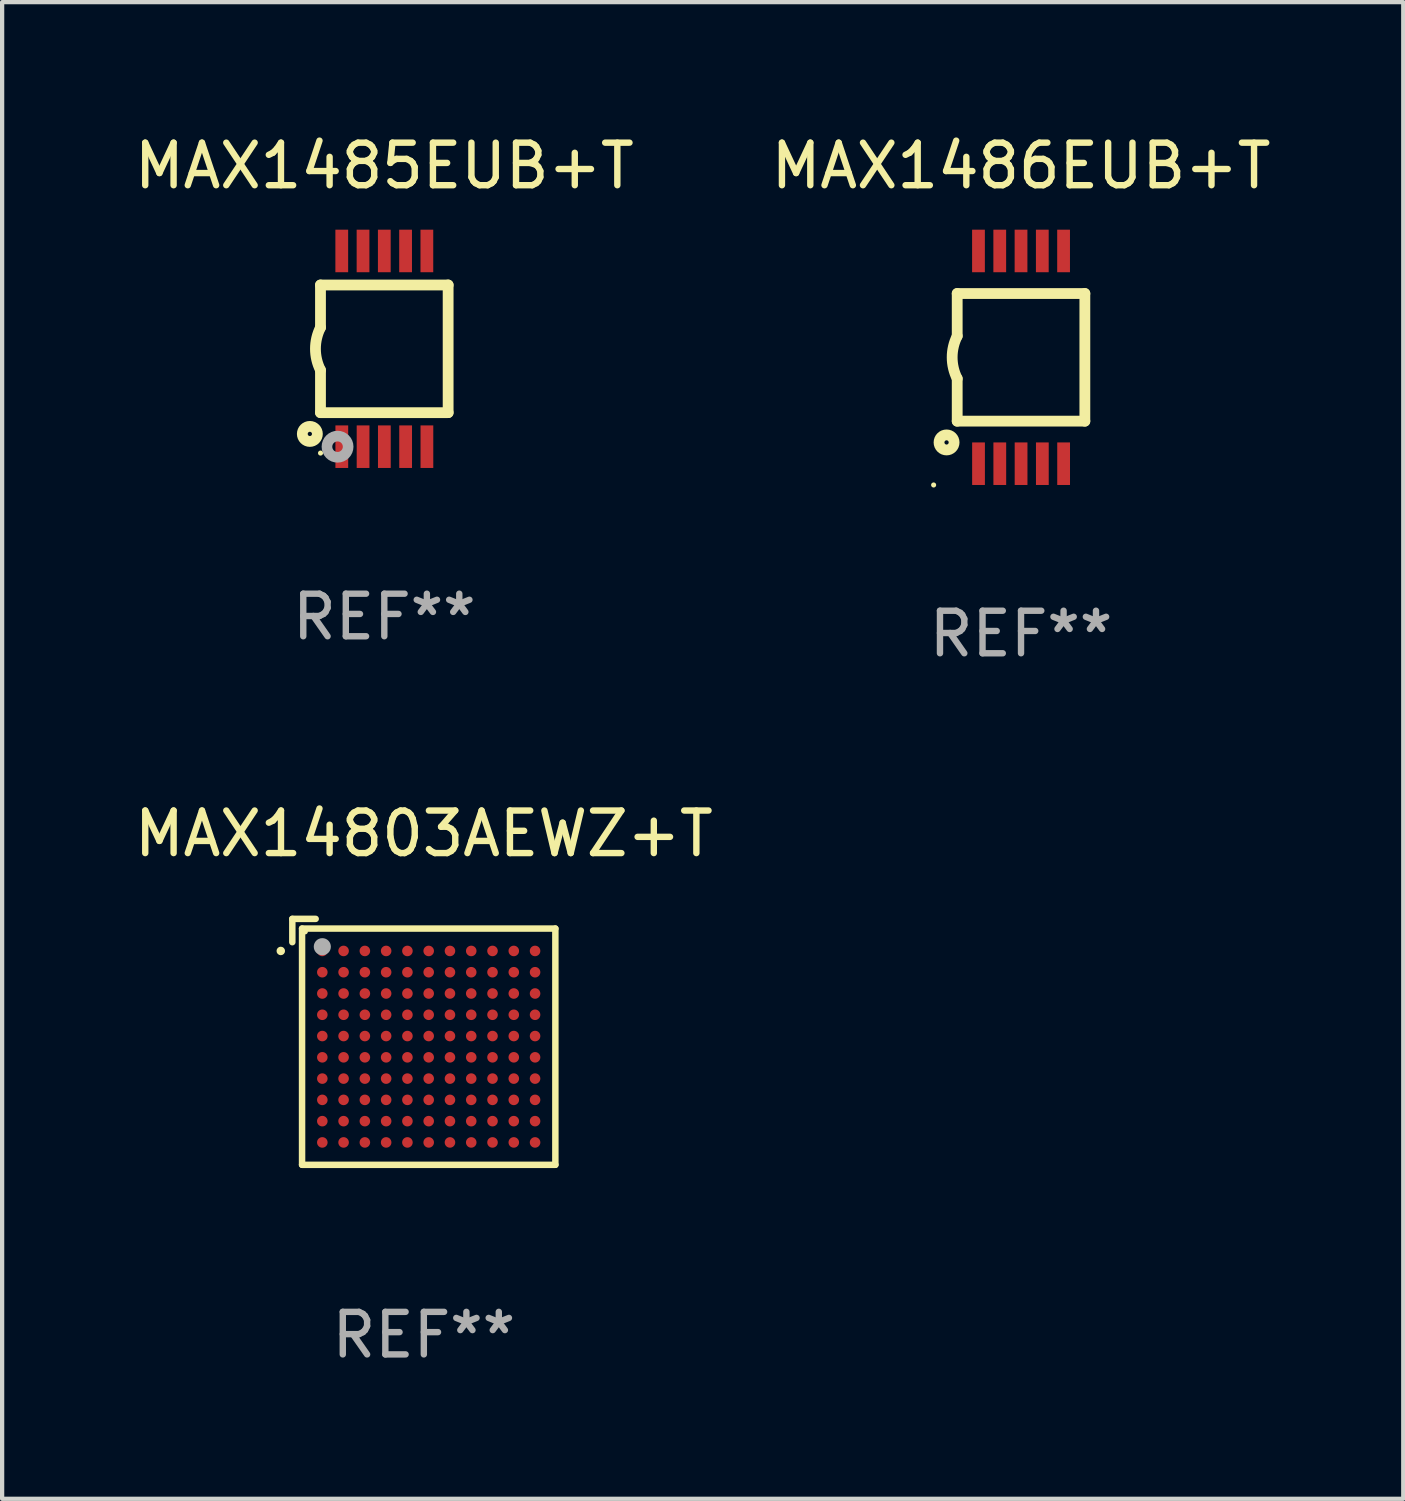
<source format=kicad_pcb>
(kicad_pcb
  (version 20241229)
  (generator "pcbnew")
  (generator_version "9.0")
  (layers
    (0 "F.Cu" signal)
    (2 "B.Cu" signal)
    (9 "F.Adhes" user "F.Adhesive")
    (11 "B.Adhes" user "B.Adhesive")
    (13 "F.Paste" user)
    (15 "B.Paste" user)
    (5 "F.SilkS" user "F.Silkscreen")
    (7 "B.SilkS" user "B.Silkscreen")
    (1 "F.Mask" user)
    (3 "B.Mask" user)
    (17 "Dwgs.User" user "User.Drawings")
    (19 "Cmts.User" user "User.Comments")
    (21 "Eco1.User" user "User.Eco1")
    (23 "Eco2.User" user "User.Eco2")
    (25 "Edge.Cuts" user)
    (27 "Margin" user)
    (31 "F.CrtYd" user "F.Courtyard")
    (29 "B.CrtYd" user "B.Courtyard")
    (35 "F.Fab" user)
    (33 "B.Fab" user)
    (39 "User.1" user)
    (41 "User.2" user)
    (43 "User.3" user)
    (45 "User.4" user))
  (footprint "MAX14803AEWZ+T"
    (layer "F.Cu")
    (at 6.911 21.435)
    (property "Reference" "MAX14803AEWZ+T" (at 0 -4.891 0) (layer "F.SilkS") (effects (font (size 1 1) (thickness 0.15))))
    (attr through_hole)
    (fp_line (start -3.091 -2.89) (end -2.542 -2.89) (stroke (width 0.152) (type solid)) (layer "F.SilkS"))
    (fp_line (start -3.091 -2.342) (end -3.091 -2.89) (stroke (width 0.152) (type solid)) (layer "F.SilkS"))
    (fp_line (start -2.862 -2.662) (end 3.091 -2.662) (stroke (width 0.152) (type solid)) (layer "F.SilkS"))
    (fp_line (start -2.862 2.89) (end -2.862 -2.662) (stroke (width 0.152) (type solid)) (layer "F.SilkS"))
    (fp_line (start 3.091 -2.662) (end 3.091 2.89) (stroke (width 0.152) (type solid)) (layer "F.SilkS"))
    (fp_line (start 3.091 2.89) (end -2.862 2.89) (stroke (width 0.152) (type solid)) (layer "F.SilkS"))
    (fp_circle (center -3.362 -2.136) (end -3.312 -2.136) (stroke (width 0.1) (type solid)) (fill no) (layer "F.SilkS"))
    (fp_circle (center -2.786 -2.586) (end -2.756 -2.586) (stroke (width 0.06) (type solid)) (fill no) (layer "F.SilkS"))
    (fp_circle (center -2.386 -2.236) (end -2.285 -2.236) (stroke (width 0.2) (type solid)) (fill no) (layer "F.Fab"))
    (fp_text user "REF**" (at 0 6.891 0) (layer "F.Fab") (effects (font (size 1 1) (thickness 0.15))))
    (pad "A1" smd circle (at -2.386 -2.136) (size 0.248 0.248) (layers "F.Cu" "F.Mask" "F.Paste"))
    (pad "A2" smd circle (at -1.886 -2.136) (size 0.248 0.248) (layers "F.Cu" "F.Mask" "F.Paste"))
    (pad "A3" smd circle (at -1.386 -2.136) (size 0.248 0.248) (layers "F.Cu" "F.Mask" "F.Paste"))
    (pad "A4" smd circle (at -0.886 -2.136) (size 0.248 0.248) (layers "F.Cu" "F.Mask" "F.Paste"))
    (pad "A5" smd circle (at -0.386 -2.136) (size 0.248 0.248) (layers "F.Cu" "F.Mask" "F.Paste"))
    (pad "A6" smd circle (at 0.114 -2.136) (size 0.248 0.248) (layers "F.Cu" "F.Mask" "F.Paste"))
    (pad "A7" smd circle (at 0.614 -2.136) (size 0.248 0.248) (layers "F.Cu" "F.Mask" "F.Paste"))
    (pad "A8" smd circle (at 1.114 -2.136) (size 0.248 0.248) (layers "F.Cu" "F.Mask" "F.Paste"))
    (pad "A9" smd circle (at 1.614 -2.136) (size 0.248 0.248) (layers "F.Cu" "F.Mask" "F.Paste"))
    (pad "A10" smd circle (at 2.114 -2.136) (size 0.248 0.248) (layers "F.Cu" "F.Mask" "F.Paste"))
    (pad "A11" smd circle (at 2.614 -2.136) (size 0.248 0.248) (layers "F.Cu" "F.Mask" "F.Paste"))
    (pad "B1" smd circle (at -2.386 -1.636) (size 0.248 0.248) (layers "F.Cu" "F.Mask" "F.Paste"))
    (pad "B2" smd circle (at -1.886 -1.636) (size 0.248 0.248) (layers "F.Cu" "F.Mask" "F.Paste"))
    (pad "B3" smd circle (at -1.386 -1.636) (size 0.248 0.248) (layers "F.Cu" "F.Mask" "F.Paste"))
    (pad "B4" smd circle (at -0.886 -1.636) (size 0.248 0.248) (layers "F.Cu" "F.Mask" "F.Paste"))
    (pad "B5" smd circle (at -0.386 -1.636) (size 0.248 0.248) (layers "F.Cu" "F.Mask" "F.Paste"))
    (pad "B6" smd circle (at 0.114 -1.636) (size 0.248 0.248) (layers "F.Cu" "F.Mask" "F.Paste"))
    (pad "B7" smd circle (at 0.614 -1.636) (size 0.248 0.248) (layers "F.Cu" "F.Mask" "F.Paste"))
    (pad "B8" smd circle (at 1.114 -1.636) (size 0.248 0.248) (layers "F.Cu" "F.Mask" "F.Paste"))
    (pad "B9" smd circle (at 1.614 -1.636) (size 0.248 0.248) (layers "F.Cu" "F.Mask" "F.Paste"))
    (pad "B10" smd circle (at 2.114 -1.636) (size 0.248 0.248) (layers "F.Cu" "F.Mask" "F.Paste"))
    (pad "B11" smd circle (at 2.614 -1.636) (size 0.248 0.248) (layers "F.Cu" "F.Mask" "F.Paste"))
    (pad "C1" smd circle (at -2.386 -1.136) (size 0.248 0.248) (layers "F.Cu" "F.Mask" "F.Paste"))
    (pad "C2" smd circle (at -1.886 -1.136) (size 0.248 0.248) (layers "F.Cu" "F.Mask" "F.Paste"))
    (pad "C3" smd circle (at -1.386 -1.136) (size 0.248 0.248) (layers "F.Cu" "F.Mask" "F.Paste"))
    (pad "C4" smd circle (at -0.886 -1.136) (size 0.248 0.248) (layers "F.Cu" "F.Mask" "F.Paste"))
    (pad "C5" smd circle (at -0.386 -1.136) (size 0.248 0.248) (layers "F.Cu" "F.Mask" "F.Paste"))
    (pad "C6" smd circle (at 0.114 -1.136) (size 0.248 0.248) (layers "F.Cu" "F.Mask" "F.Paste"))
    (pad "C7" smd circle (at 0.614 -1.136) (size 0.248 0.248) (layers "F.Cu" "F.Mask" "F.Paste"))
    (pad "C8" smd circle (at 1.114 -1.136) (size 0.248 0.248) (layers "F.Cu" "F.Mask" "F.Paste"))
    (pad "C9" smd circle (at 1.614 -1.136) (size 0.248 0.248) (layers "F.Cu" "F.Mask" "F.Paste"))
    (pad "C10" smd circle (at 2.114 -1.136) (size 0.248 0.248) (layers "F.Cu" "F.Mask" "F.Paste"))
    (pad "C11" smd circle (at 2.614 -1.136) (size 0.248 0.248) (layers "F.Cu" "F.Mask" "F.Paste"))
    (pad "D1" smd circle (at -2.386 -0.636) (size 0.248 0.248) (layers "F.Cu" "F.Mask" "F.Paste"))
    (pad "D2" smd circle (at -1.886 -0.636) (size 0.248 0.248) (layers "F.Cu" "F.Mask" "F.Paste"))
    (pad "D3" smd circle (at -1.386 -0.636) (size 0.248 0.248) (layers "F.Cu" "F.Mask" "F.Paste"))
    (pad "D4" smd circle (at -0.886 -0.636) (size 0.248 0.248) (layers "F.Cu" "F.Mask" "F.Paste"))
    (pad "D5" smd circle (at -0.386 -0.636) (size 0.248 0.248) (layers "F.Cu" "F.Mask" "F.Paste"))
    (pad "D6" smd circle (at 0.114 -0.636) (size 0.248 0.248) (layers "F.Cu" "F.Mask" "F.Paste"))
    (pad "D7" smd circle (at 0.614 -0.636) (size 0.248 0.248) (layers "F.Cu" "F.Mask" "F.Paste"))
    (pad "D8" smd circle (at 1.114 -0.636) (size 0.248 0.248) (layers "F.Cu" "F.Mask" "F.Paste"))
    (pad "D9" smd circle (at 1.614 -0.636) (size 0.248 0.248) (layers "F.Cu" "F.Mask" "F.Paste"))
    (pad "D10" smd circle (at 2.114 -0.636) (size 0.248 0.248) (layers "F.Cu" "F.Mask" "F.Paste"))
    (pad "D11" smd circle (at 2.614 -0.636) (size 0.248 0.248) (layers "F.Cu" "F.Mask" "F.Paste"))
    (pad "E1" smd circle (at -2.386 -0.136) (size 0.248 0.248) (layers "F.Cu" "F.Mask" "F.Paste"))
    (pad "E2" smd circle (at -1.886 -0.136) (size 0.248 0.248) (layers "F.Cu" "F.Mask" "F.Paste"))
    (pad "E3" smd circle (at -1.386 -0.136) (size 0.248 0.248) (layers "F.Cu" "F.Mask" "F.Paste"))
    (pad "E4" smd circle (at -0.886 -0.136) (size 0.248 0.248) (layers "F.Cu" "F.Mask" "F.Paste"))
    (pad "E5" smd circle (at -0.386 -0.136) (size 0.248 0.248) (layers "F.Cu" "F.Mask" "F.Paste"))
    (pad "E6" smd circle (at 0.114 -0.136) (size 0.248 0.248) (layers "F.Cu" "F.Mask" "F.Paste"))
    (pad "E7" smd circle (at 0.614 -0.136) (size 0.248 0.248) (layers "F.Cu" "F.Mask" "F.Paste"))
    (pad "E8" smd circle (at 1.114 -0.136) (size 0.248 0.248) (layers "F.Cu" "F.Mask" "F.Paste"))
    (pad "E9" smd circle (at 1.614 -0.136) (size 0.248 0.248) (layers "F.Cu" "F.Mask" "F.Paste"))
    (pad "E10" smd circle (at 2.114 -0.136) (size 0.248 0.248) (layers "F.Cu" "F.Mask" "F.Paste"))
    (pad "E11" smd circle (at 2.614 -0.136) (size 0.248 0.248) (layers "F.Cu" "F.Mask" "F.Paste"))
    (pad "F1" smd circle (at -2.386 0.364) (size 0.248 0.248) (layers "F.Cu" "F.Mask" "F.Paste"))
    (pad "F2" smd circle (at -1.886 0.364) (size 0.248 0.248) (layers "F.Cu" "F.Mask" "F.Paste"))
    (pad "F3" smd circle (at -1.386 0.364) (size 0.248 0.248) (layers "F.Cu" "F.Mask" "F.Paste"))
    (pad "F4" smd circle (at -0.886 0.364) (size 0.248 0.248) (layers "F.Cu" "F.Mask" "F.Paste"))
    (pad "F5" smd circle (at -0.386 0.364) (size 0.248 0.248) (layers "F.Cu" "F.Mask" "F.Paste"))
    (pad "F6" smd circle (at 0.114 0.364) (size 0.248 0.248) (layers "F.Cu" "F.Mask" "F.Paste"))
    (pad "F7" smd circle (at 0.614 0.364) (size 0.248 0.248) (layers "F.Cu" "F.Mask" "F.Paste"))
    (pad "F8" smd circle (at 1.114 0.364) (size 0.248 0.248) (layers "F.Cu" "F.Mask" "F.Paste"))
    (pad "F9" smd circle (at 1.614 0.364) (size 0.248 0.248) (layers "F.Cu" "F.Mask" "F.Paste"))
    (pad "F10" smd circle (at 2.114 0.364) (size 0.248 0.248) (layers "F.Cu" "F.Mask" "F.Paste"))
    (pad "F11" smd circle (at 2.614 0.364) (size 0.248 0.248) (layers "F.Cu" "F.Mask" "F.Paste"))
    (pad "G1" smd circle (at -2.386 0.864) (size 0.248 0.248) (layers "F.Cu" "F.Mask" "F.Paste"))
    (pad "G2" smd circle (at -1.886 0.864) (size 0.248 0.248) (layers "F.Cu" "F.Mask" "F.Paste"))
    (pad "G3" smd circle (at -1.386 0.864) (size 0.248 0.248) (layers "F.Cu" "F.Mask" "F.Paste"))
    (pad "G4" smd circle (at -0.886 0.864) (size 0.248 0.248) (layers "F.Cu" "F.Mask" "F.Paste"))
    (pad "G5" smd circle (at -0.386 0.864) (size 0.248 0.248) (layers "F.Cu" "F.Mask" "F.Paste"))
    (pad "G6" smd circle (at 0.114 0.864) (size 0.248 0.248) (layers "F.Cu" "F.Mask" "F.Paste"))
    (pad "G7" smd circle (at 0.614 0.864) (size 0.248 0.248) (layers "F.Cu" "F.Mask" "F.Paste"))
    (pad "G8" smd circle (at 1.114 0.864) (size 0.248 0.248) (layers "F.Cu" "F.Mask" "F.Paste"))
    (pad "G9" smd circle (at 1.614 0.864) (size 0.248 0.248) (layers "F.Cu" "F.Mask" "F.Paste"))
    (pad "G10" smd circle (at 2.114 0.864) (size 0.248 0.248) (layers "F.Cu" "F.Mask" "F.Paste"))
    (pad "G11" smd circle (at 2.614 0.864) (size 0.248 0.248) (layers "F.Cu" "F.Mask" "F.Paste"))
    (pad "H1" smd circle (at -2.386 1.364) (size 0.248 0.248) (layers "F.Cu" "F.Mask" "F.Paste"))
    (pad "H2" smd circle (at -1.886 1.364) (size 0.248 0.248) (layers "F.Cu" "F.Mask" "F.Paste"))
    (pad "H3" smd circle (at -1.386 1.364) (size 0.248 0.248) (layers "F.Cu" "F.Mask" "F.Paste"))
    (pad "H4" smd circle (at -0.886 1.364) (size 0.248 0.248) (layers "F.Cu" "F.Mask" "F.Paste"))
    (pad "H5" smd circle (at -0.386 1.364) (size 0.248 0.248) (layers "F.Cu" "F.Mask" "F.Paste"))
    (pad "H6" smd circle (at 0.114 1.364) (size 0.248 0.248) (layers "F.Cu" "F.Mask" "F.Paste"))
    (pad "H7" smd circle (at 0.614 1.364) (size 0.248 0.248) (layers "F.Cu" "F.Mask" "F.Paste"))
    (pad "H8" smd circle (at 1.114 1.364) (size 0.248 0.248) (layers "F.Cu" "F.Mask" "F.Paste"))
    (pad "H9" smd circle (at 1.614 1.364) (size 0.248 0.248) (layers "F.Cu" "F.Mask" "F.Paste"))
    (pad "H10" smd circle (at 2.114 1.364) (size 0.248 0.248) (layers "F.Cu" "F.Mask" "F.Paste"))
    (pad "H11" smd circle (at 2.614 1.364) (size 0.248 0.248) (layers "F.Cu" "F.Mask" "F.Paste"))
    (pad "J1" smd circle (at -2.386 1.864) (size 0.248 0.248) (layers "F.Cu" "F.Mask" "F.Paste"))
    (pad "J2" smd circle (at -1.886 1.864) (size 0.248 0.248) (layers "F.Cu" "F.Mask" "F.Paste"))
    (pad "J3" smd circle (at -1.386 1.864) (size 0.248 0.248) (layers "F.Cu" "F.Mask" "F.Paste"))
    (pad "J4" smd circle (at -0.886 1.864) (size 0.248 0.248) (layers "F.Cu" "F.Mask" "F.Paste"))
    (pad "J5" smd circle (at -0.386 1.864) (size 0.248 0.248) (layers "F.Cu" "F.Mask" "F.Paste"))
    (pad "J6" smd circle (at 0.114 1.864) (size 0.248 0.248) (layers "F.Cu" "F.Mask" "F.Paste"))
    (pad "J7" smd circle (at 0.614 1.864) (size 0.248 0.248) (layers "F.Cu" "F.Mask" "F.Paste"))
    (pad "J8" smd circle (at 1.114 1.864) (size 0.248 0.248) (layers "F.Cu" "F.Mask" "F.Paste"))
    (pad "J9" smd circle (at 1.614 1.864) (size 0.248 0.248) (layers "F.Cu" "F.Mask" "F.Paste"))
    (pad "J10" smd circle (at 2.114 1.864) (size 0.248 0.248) (layers "F.Cu" "F.Mask" "F.Paste"))
    (pad "J11" smd circle (at 2.614 1.864) (size 0.248 0.248) (layers "F.Cu" "F.Mask" "F.Paste"))
    (pad "K1" smd circle (at -2.386 2.364) (size 0.248 0.248) (layers "F.Cu" "F.Mask" "F.Paste"))
    (pad "K2" smd circle (at -1.886 2.364) (size 0.248 0.248) (layers "F.Cu" "F.Mask" "F.Paste"))
    (pad "K3" smd circle (at -1.386 2.364) (size 0.248 0.248) (layers "F.Cu" "F.Mask" "F.Paste"))
    (pad "K4" smd circle (at -0.886 2.364) (size 0.248 0.248) (layers "F.Cu" "F.Mask" "F.Paste"))
    (pad "K5" smd circle (at -0.386 2.364) (size 0.248 0.248) (layers "F.Cu" "F.Mask" "F.Paste"))
    (pad "K6" smd circle (at 0.114 2.364) (size 0.248 0.248) (layers "F.Cu" "F.Mask" "F.Paste"))
    (pad "K7" smd circle (at 0.614 2.364) (size 0.248 0.248) (layers "F.Cu" "F.Mask" "F.Paste"))
    (pad "K8" smd circle (at 1.114 2.364) (size 0.248 0.248) (layers "F.Cu" "F.Mask" "F.Paste"))
    (pad "K9" smd circle (at 1.614 2.364) (size 0.248 0.248) (layers "F.Cu" "F.Mask" "F.Paste"))
    (pad "K10" smd circle (at 2.114 2.364) (size 0.248 0.248) (layers "F.Cu" "F.Mask" "F.Paste"))
    (pad "K11" smd circle (at 2.614 2.364) (size 0.248 0.248) (layers "F.Cu" "F.Mask" "F.Paste")))
  (footprint "MAX1486EUB+T"
    (layer "F.Cu")
    (at 20.946 5.348)
    (property "Reference" "MAX1486EUB+T" (at 0 -4.5 0) (layer "F.SilkS") (effects (font (size 1 1) (thickness 0.15))))
    (attr through_hole)
    (fp_line (start -1.5 -1.5) (end -1.5 -0.5) (stroke (width 0.254) (type solid)) (layer "F.SilkS"))
    (fp_line (start -1.5 1.5) (end -1.5 0.5) (stroke (width 0.254) (type solid)) (layer "F.SilkS"))
    (fp_line (start -1.5 1.5) (end 1.5 1.5) (stroke (width 0.254) (type solid)) (layer "F.SilkS"))
    (fp_line (start 1.5 1.5) (end 1.5 -1.5) (stroke (width 0.254) (type solid)) (layer "F.SilkS"))
    (fp_line (start 1.5 -1.5) (end -1.5 -1.5) (stroke (width 0.254) (type solid)) (layer "F.SilkS"))
    (fp_arc (start -1.500165 0.499873) (mid -1.618199 -0.000127) (end -1.500165 -0.500127) (stroke (width 0.254001) (type solid)) (layer "F.SilkS"))
    (fp_circle (center -2.054 3) (end -2.024 3) (stroke (width 0.06) (type solid)) (fill no) (layer "F.SilkS"))
    (fp_circle (center -1.75 2) (end -1.573 2) (stroke (width 0.254) (type solid)) (fill no) (layer "F.SilkS"))
    (fp_text user "REF**" (at 0 6.5 0) (layer "F.Fab") (effects (font (size 1 1) (thickness 0.15))))
    (pad "1" smd rect (at -0.999 2.5 180) (size 0.3 1) (layers "F.Cu" "F.Mask" "F.Paste"))
    (pad "2" smd rect (at -0.499 2.5 180) (size 0.3 1) (layers "F.Cu" "F.Mask" "F.Paste"))
    (pad "3" smd rect (at 0.001 2.5 180) (size 0.3 1) (layers "F.Cu" "F.Mask" "F.Paste"))
    (pad "4" smd rect (at 0.501 2.5 180) (size 0.3 1) (layers "F.Cu" "F.Mask" "F.Paste"))
    (pad "5" smd rect (at 1.001 2.5 180) (size 0.3 1) (layers "F.Cu" "F.Mask" "F.Paste"))
    (pad "6" smd rect (at 1 -2.5 180) (size 0.3 1) (layers "F.Cu" "F.Mask" "F.Paste"))
    (pad "7" smd rect (at 0.5 -2.5 180) (size 0.3 1) (layers "F.Cu" "F.Mask" "F.Paste"))
    (pad "8" smd rect (at -0.000165 -2.5 180) (size 0.3 1) (layers "F.Cu" "F.Mask" "F.Paste"))
    (pad "9" smd rect (at -0.5 -2.5 180) (size 0.3 1) (layers "F.Cu" "F.Mask" "F.Paste"))
    (pad "10" smd rect (at -1 -2.5 180) (size 0.3 1) (layers "F.Cu" "F.Mask" "F.Paste")))
  (footprint "MAX1485EUB+T"
    (layer "F.Cu")
    (at 5.982 5.148)
    (property "Reference" "MAX1485EUB+T" (at 0 -4.3 0) (layer "F.SilkS") (effects (font (size 1 1) (thickness 0.15))))
    (attr through_hole)
    (fp_line (start -1.5 -1.5) (end -1.5 -0.5) (stroke (width 0.254) (type solid)) (layer "F.SilkS"))
    (fp_line (start -1.5 1.5) (end -1.5 0.5) (stroke (width 0.254) (type solid)) (layer "F.SilkS"))
    (fp_line (start -1.5 1.5) (end 1.5 1.5) (stroke (width 0.254) (type solid)) (layer "F.SilkS"))
    (fp_line (start 1.5 1.5) (end 1.5 -1.5) (stroke (width 0.254) (type solid)) (layer "F.SilkS"))
    (fp_line (start 1.5 -1.5) (end -1.5 -1.5) (stroke (width 0.254) (type solid)) (layer "F.SilkS"))
    (fp_arc (start -1.500165 0.5) (mid -1.618199 0) (end -1.500165 -0.5) (stroke (width 0.254001) (type solid)) (layer "F.SilkS"))
    (fp_circle (center -1.75 2) (end -1.573 2) (stroke (width 0.254) (type solid)) (fill no) (layer "F.SilkS"))
    (fp_circle (center -1.499 2.45) (end -1.469 2.45) (stroke (width 0.06) (type solid)) (fill no) (layer "F.SilkS"))
    (fp_circle (center -1.099 2.3) (end -0.975 2.3) (stroke (width 0.25) (type solid)) (fill no) (layer "F.Fab"))
    (fp_text user "REF**" (at 0 6.3 0) (layer "F.Fab") (effects (font (size 1 1) (thickness 0.15))))
    (pad "1" smd rect (at -0.999 2.3 180) (size 0.3 1) (layers "F.Cu" "F.Mask" "F.Paste"))
    (pad "2" smd rect (at -0.499 2.3 180) (size 0.3 1) (layers "F.Cu" "F.Mask" "F.Paste"))
    (pad "3" smd rect (at 0.001 2.3 180) (size 0.3 1) (layers "F.Cu" "F.Mask" "F.Paste"))
    (pad "4" smd rect (at 0.501 2.3 180) (size 0.3 1) (layers "F.Cu" "F.Mask" "F.Paste"))
    (pad "5" smd rect (at 1.001 2.3 180) (size 0.3 1) (layers "F.Cu" "F.Mask" "F.Paste"))
    (pad "6" smd rect (at 1 -2.3 180) (size 0.3 1) (layers "F.Cu" "F.Mask" "F.Paste"))
    (pad "7" smd rect (at 0.5 -2.3 180) (size 0.3 1) (layers "F.Cu" "F.Mask" "F.Paste"))
    (pad "8" smd rect (at -0.000165 -2.3 180) (size 0.3 1) (layers "F.Cu" "F.Mask" "F.Paste"))
    (pad "9" smd rect (at -0.5 -2.3 180) (size 0.3 1) (layers "F.Cu" "F.Mask" "F.Paste"))
    (pad "10" smd rect (at -1 -2.3 180) (size 0.3 1) (layers "F.Cu" "F.Mask" "F.Paste")))
  (gr_rect
    (start -3 -3)
    (end 29.929 32.174)
    (stroke (width 0.1) (type default))
    (fill no)
    (layer "Edge.Cuts")))
</source>
